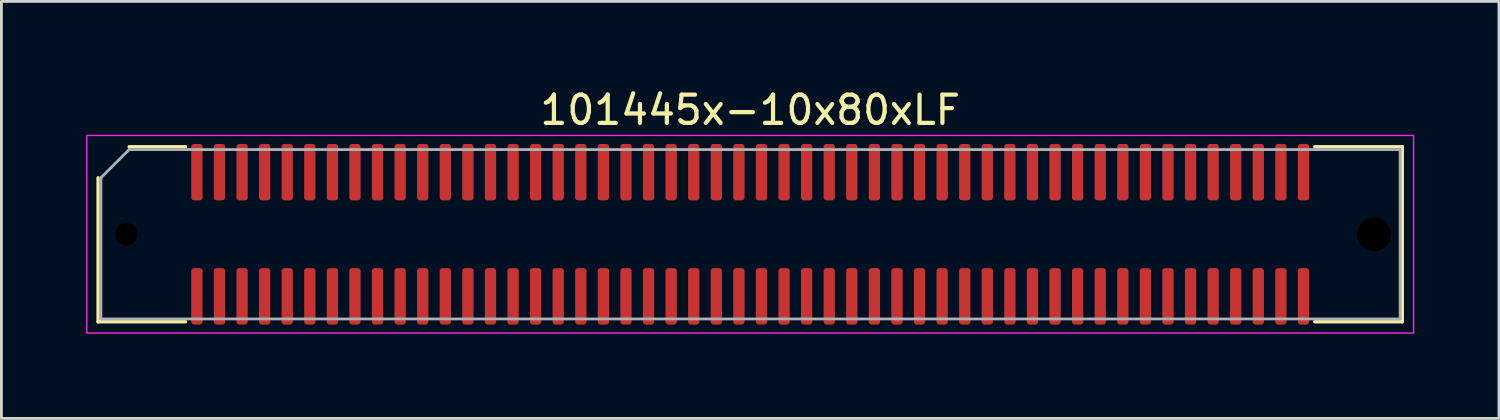
<source format=kicad_pcb>
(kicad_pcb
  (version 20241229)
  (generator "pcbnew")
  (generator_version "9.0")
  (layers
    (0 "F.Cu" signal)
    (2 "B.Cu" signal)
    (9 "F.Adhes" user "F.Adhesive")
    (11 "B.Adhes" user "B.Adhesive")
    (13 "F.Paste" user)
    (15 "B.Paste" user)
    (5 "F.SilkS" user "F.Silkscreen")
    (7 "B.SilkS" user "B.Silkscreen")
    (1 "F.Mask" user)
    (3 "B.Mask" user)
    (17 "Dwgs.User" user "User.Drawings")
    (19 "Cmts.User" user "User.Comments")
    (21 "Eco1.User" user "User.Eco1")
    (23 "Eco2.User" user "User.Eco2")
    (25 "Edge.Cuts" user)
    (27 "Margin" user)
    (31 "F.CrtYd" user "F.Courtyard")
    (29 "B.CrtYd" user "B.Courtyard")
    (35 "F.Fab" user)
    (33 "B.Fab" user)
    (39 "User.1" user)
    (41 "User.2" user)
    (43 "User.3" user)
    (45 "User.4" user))
  (footprint "101445x-10x80xLF"
    (layer "F.Cu")
    (at 23.525 5.248)
    (property "Reference" "101445x-10x80xLF" (at 0 -4.4 0) (unlocked yes) (layer "F.SilkS") (effects (font (size 1 1) (thickness 0.15))))
    (attr smd)
    (fp_line (start -23.1 3.1) (end -23.1 -2) (stroke (width 0.12) (type default)) (layer "F.SilkS"))
    (fp_line (start -20 -3.1) (end -22 -3.1) (stroke (width 0.12) (type default)) (layer "F.SilkS"))
    (fp_line (start -20 3.1) (end -23.1 3.1) (stroke (width 0.12) (type default)) (layer "F.SilkS"))
    (fp_line (start 23.1 -3.1) (end 20 -3.1) (stroke (width 0.12) (type default)) (layer "F.SilkS"))
    (fp_line (start 23.1 3.1) (end 20 3.1) (stroke (width 0.12) (type default)) (layer "F.SilkS"))
    (fp_line (start 23.1 3.1) (end 23.1 -3.1) (stroke (width 0.12) (type default)) (layer "F.SilkS"))
    (fp_rect (start -23.5 -3.5) (end 23.5 3.5) (stroke (width 0.05) (type default)) (fill no) (layer "F.CrtYd"))
    (fp_line (start -23 -2) (end -22 -3) (stroke (width 0.1) (type default)) (layer "F.Fab"))
    (fp_line (start -23 3) (end -23 -2) (stroke (width 0.1) (type default)) (layer "F.Fab"))
    (fp_line (start -22 -3) (end 23.025 -3) (stroke (width 0.1) (type default)) (layer "F.Fab"))
    (fp_line (start 23.025 -3) (end 23.025 3) (stroke (width 0.1) (type default)) (layer "F.Fab"))
    (fp_line (start 23.025 3) (end -23 3) (stroke (width 0.1) (type default)) (layer "F.Fab"))
    (pad "" np_thru_hole circle (at -22.1 0) (size 0.8 0.8) (drill 0.8) (layers "*.Mask"))
    (pad "" np_thru_hole circle (at 22.1 0) (size 1.2 1.2) (drill 1.2) (layers "*.Mask"))
    (pad "1" smd roundrect (at -19.6 -2.2) (size 0.4 2) (layers "F.Cu" "F.Mask" "F.Paste") (roundrect_rratio 0.25))
    (pad "2" smd roundrect (at -19.6 2.2) (size 0.4 2) (layers "F.Cu" "F.Mask" "F.Paste") (roundrect_rratio 0.25))
    (pad "3" smd roundrect (at -18.8 -2.2) (size 0.4 2) (layers "F.Cu" "F.Mask" "F.Paste") (roundrect_rratio 0.25))
    (pad "4" smd roundrect (at -18.8 2.2) (size 0.4 2) (layers "F.Cu" "F.Mask" "F.Paste") (roundrect_rratio 0.25))
    (pad "5" smd roundrect (at -18 -2.2) (size 0.4 2) (layers "F.Cu" "F.Mask" "F.Paste") (roundrect_rratio 0.25))
    (pad "6" smd roundrect (at -18 2.2) (size 0.4 2) (layers "F.Cu" "F.Mask" "F.Paste") (roundrect_rratio 0.25))
    (pad "7" smd roundrect (at -17.2 -2.2) (size 0.4 2) (layers "F.Cu" "F.Mask" "F.Paste") (roundrect_rratio 0.25))
    (pad "8" smd roundrect (at -17.2 2.2) (size 0.4 2) (layers "F.Cu" "F.Mask" "F.Paste") (roundrect_rratio 0.25))
    (pad "9" smd roundrect (at -16.4 -2.2) (size 0.4 2) (layers "F.Cu" "F.Mask" "F.Paste") (roundrect_rratio 0.25))
    (pad "10" smd roundrect (at -16.4 2.2) (size 0.4 2) (layers "F.Cu" "F.Mask" "F.Paste") (roundrect_rratio 0.25))
    (pad "11" smd roundrect (at -15.6 -2.2) (size 0.4 2) (layers "F.Cu" "F.Mask" "F.Paste") (roundrect_rratio 0.25))
    (pad "12" smd roundrect (at -15.6 2.2) (size 0.4 2) (layers "F.Cu" "F.Mask" "F.Paste") (roundrect_rratio 0.25))
    (pad "13" smd roundrect (at -14.8 -2.2) (size 0.4 2) (layers "F.Cu" "F.Mask" "F.Paste") (roundrect_rratio 0.25))
    (pad "14" smd roundrect (at -14.8 2.2) (size 0.4 2) (layers "F.Cu" "F.Mask" "F.Paste") (roundrect_rratio 0.25))
    (pad "15" smd roundrect (at -14 -2.2) (size 0.4 2) (layers "F.Cu" "F.Mask" "F.Paste") (roundrect_rratio 0.25))
    (pad "16" smd roundrect (at -14 2.2) (size 0.4 2) (layers "F.Cu" "F.Mask" "F.Paste") (roundrect_rratio 0.25))
    (pad "17" smd roundrect (at -13.2 -2.2) (size 0.4 2) (layers "F.Cu" "F.Mask" "F.Paste") (roundrect_rratio 0.25))
    (pad "18" smd roundrect (at -13.2 2.2) (size 0.4 2) (layers "F.Cu" "F.Mask" "F.Paste") (roundrect_rratio 0.25))
    (pad "19" smd roundrect (at -12.4 -2.2) (size 0.4 2) (layers "F.Cu" "F.Mask" "F.Paste") (roundrect_rratio 0.25))
    (pad "20" smd roundrect (at -12.4 2.2) (size 0.4 2) (layers "F.Cu" "F.Mask" "F.Paste") (roundrect_rratio 0.25))
    (pad "21" smd roundrect (at -11.6 -2.2) (size 0.4 2) (layers "F.Cu" "F.Mask" "F.Paste") (roundrect_rratio 0.25))
    (pad "22" smd roundrect (at -11.6 2.2) (size 0.4 2) (layers "F.Cu" "F.Mask" "F.Paste") (roundrect_rratio 0.25))
    (pad "23" smd roundrect (at -10.8 -2.2) (size 0.4 2) (layers "F.Cu" "F.Mask" "F.Paste") (roundrect_rratio 0.25))
    (pad "24" smd roundrect (at -10.8 2.2) (size 0.4 2) (layers "F.Cu" "F.Mask" "F.Paste") (roundrect_rratio 0.25))
    (pad "25" smd roundrect (at -10 -2.2) (size 0.4 2) (layers "F.Cu" "F.Mask" "F.Paste") (roundrect_rratio 0.25))
    (pad "26" smd roundrect (at -10 2.2) (size 0.4 2) (layers "F.Cu" "F.Mask" "F.Paste") (roundrect_rratio 0.25))
    (pad "27" smd roundrect (at -9.2 -2.2) (size 0.4 2) (layers "F.Cu" "F.Mask" "F.Paste") (roundrect_rratio 0.25))
    (pad "28" smd roundrect (at -9.2 2.2) (size 0.4 2) (layers "F.Cu" "F.Mask" "F.Paste") (roundrect_rratio 0.25))
    (pad "29" smd roundrect (at -8.4 -2.2) (size 0.4 2) (layers "F.Cu" "F.Mask" "F.Paste") (roundrect_rratio 0.25))
    (pad "30" smd roundrect (at -8.4 2.2) (size 0.4 2) (layers "F.Cu" "F.Mask" "F.Paste") (roundrect_rratio 0.25))
    (pad "31" smd roundrect (at -7.6 -2.2) (size 0.4 2) (layers "F.Cu" "F.Mask" "F.Paste") (roundrect_rratio 0.25))
    (pad "32" smd roundrect (at -7.6 2.2) (size 0.4 2) (layers "F.Cu" "F.Mask" "F.Paste") (roundrect_rratio 0.25))
    (pad "33" smd roundrect (at -6.8 -2.2) (size 0.4 2) (layers "F.Cu" "F.Mask" "F.Paste") (roundrect_rratio 0.25))
    (pad "34" smd roundrect (at -6.8 2.2) (size 0.4 2) (layers "F.Cu" "F.Mask" "F.Paste") (roundrect_rratio 0.25))
    (pad "35" smd roundrect (at -6 -2.2) (size 0.4 2) (layers "F.Cu" "F.Mask" "F.Paste") (roundrect_rratio 0.25))
    (pad "36" smd roundrect (at -6 2.2) (size 0.4 2) (layers "F.Cu" "F.Mask" "F.Paste") (roundrect_rratio 0.25))
    (pad "37" smd roundrect (at -5.2 -2.2) (size 0.4 2) (layers "F.Cu" "F.Mask" "F.Paste") (roundrect_rratio 0.25))
    (pad "38" smd roundrect (at -5.2 2.2) (size 0.4 2) (layers "F.Cu" "F.Mask" "F.Paste") (roundrect_rratio 0.25))
    (pad "39" smd roundrect (at -4.4 -2.2) (size 0.4 2) (layers "F.Cu" "F.Mask" "F.Paste") (roundrect_rratio 0.25))
    (pad "40" smd roundrect (at -4.4 2.2) (size 0.4 2) (layers "F.Cu" "F.Mask" "F.Paste") (roundrect_rratio 0.25))
    (pad "41" smd roundrect (at -3.6 -2.2) (size 0.4 2) (layers "F.Cu" "F.Mask" "F.Paste") (roundrect_rratio 0.25))
    (pad "42" smd roundrect (at -3.6 2.2) (size 0.4 2) (layers "F.Cu" "F.Mask" "F.Paste") (roundrect_rratio 0.25))
    (pad "43" smd roundrect (at -2.8 -2.2) (size 0.4 2) (layers "F.Cu" "F.Mask" "F.Paste") (roundrect_rratio 0.25))
    (pad "44" smd roundrect (at -2.8 2.2) (size 0.4 2) (layers "F.Cu" "F.Mask" "F.Paste") (roundrect_rratio 0.25))
    (pad "45" smd roundrect (at -2 -2.2) (size 0.4 2) (layers "F.Cu" "F.Mask" "F.Paste") (roundrect_rratio 0.25))
    (pad "46" smd roundrect (at -2 2.2) (size 0.4 2) (layers "F.Cu" "F.Mask" "F.Paste") (roundrect_rratio 0.25))
    (pad "47" smd roundrect (at -1.2 -2.2) (size 0.4 2) (layers "F.Cu" "F.Mask" "F.Paste") (roundrect_rratio 0.25))
    (pad "48" smd roundrect (at -1.2 2.2) (size 0.4 2) (layers "F.Cu" "F.Mask" "F.Paste") (roundrect_rratio 0.25))
    (pad "49" smd roundrect (at -0.4 -2.2) (size 0.4 2) (layers "F.Cu" "F.Mask" "F.Paste") (roundrect_rratio 0.25))
    (pad "50" smd roundrect (at -0.4 2.2) (size 0.4 2) (layers "F.Cu" "F.Mask" "F.Paste") (roundrect_rratio 0.25))
    (pad "51" smd roundrect (at 0.4 -2.2) (size 0.4 2) (layers "F.Cu" "F.Mask" "F.Paste") (roundrect_rratio 0.25))
    (pad "52" smd roundrect (at 0.4 2.2) (size 0.4 2) (layers "F.Cu" "F.Mask" "F.Paste") (roundrect_rratio 0.25))
    (pad "53" smd roundrect (at 1.2 -2.2) (size 0.4 2) (layers "F.Cu" "F.Mask" "F.Paste") (roundrect_rratio 0.25))
    (pad "54" smd roundrect (at 1.2 2.2) (size 0.4 2) (layers "F.Cu" "F.Mask" "F.Paste") (roundrect_rratio 0.25))
    (pad "55" smd roundrect (at 2 -2.2) (size 0.4 2) (layers "F.Cu" "F.Mask" "F.Paste") (roundrect_rratio 0.25))
    (pad "56" smd roundrect (at 2 2.2) (size 0.4 2) (layers "F.Cu" "F.Mask" "F.Paste") (roundrect_rratio 0.25))
    (pad "57" smd roundrect (at 2.8 -2.2) (size 0.4 2) (layers "F.Cu" "F.Mask" "F.Paste") (roundrect_rratio 0.25))
    (pad "58" smd roundrect (at 2.8 2.2) (size 0.4 2) (layers "F.Cu" "F.Mask" "F.Paste") (roundrect_rratio 0.25))
    (pad "59" smd roundrect (at 3.6 -2.2) (size 0.4 2) (layers "F.Cu" "F.Mask" "F.Paste") (roundrect_rratio 0.25))
    (pad "60" smd roundrect (at 3.6 2.2) (size 0.4 2) (layers "F.Cu" "F.Mask" "F.Paste") (roundrect_rratio 0.25))
    (pad "61" smd roundrect (at 4.4 -2.2) (size 0.4 2) (layers "F.Cu" "F.Mask" "F.Paste") (roundrect_rratio 0.25))
    (pad "62" smd roundrect (at 4.4 2.2) (size 0.4 2) (layers "F.Cu" "F.Mask" "F.Paste") (roundrect_rratio 0.25))
    (pad "63" smd roundrect (at 5.2 -2.2) (size 0.4 2) (layers "F.Cu" "F.Mask" "F.Paste") (roundrect_rratio 0.25))
    (pad "64" smd roundrect (at 5.2 2.2) (size 0.4 2) (layers "F.Cu" "F.Mask" "F.Paste") (roundrect_rratio 0.25))
    (pad "65" smd roundrect (at 6 -2.2) (size 0.4 2) (layers "F.Cu" "F.Mask" "F.Paste") (roundrect_rratio 0.25))
    (pad "66" smd roundrect (at 6 2.2) (size 0.4 2) (layers "F.Cu" "F.Mask" "F.Paste") (roundrect_rratio 0.25))
    (pad "67" smd roundrect (at 6.8 -2.2) (size 0.4 2) (layers "F.Cu" "F.Mask" "F.Paste") (roundrect_rratio 0.25))
    (pad "68" smd roundrect (at 6.8 2.2) (size 0.4 2) (layers "F.Cu" "F.Mask" "F.Paste") (roundrect_rratio 0.25))
    (pad "69" smd roundrect (at 7.6 -2.2) (size 0.4 2) (layers "F.Cu" "F.Mask" "F.Paste") (roundrect_rratio 0.25))
    (pad "70" smd roundrect (at 7.6 2.2) (size 0.4 2) (layers "F.Cu" "F.Mask" "F.Paste") (roundrect_rratio 0.25))
    (pad "71" smd roundrect (at 8.4 -2.2) (size 0.4 2) (layers "F.Cu" "F.Mask" "F.Paste") (roundrect_rratio 0.25))
    (pad "72" smd roundrect (at 8.4 2.2) (size 0.4 2) (layers "F.Cu" "F.Mask" "F.Paste") (roundrect_rratio 0.25))
    (pad "73" smd roundrect (at 9.2 -2.2) (size 0.4 2) (layers "F.Cu" "F.Mask" "F.Paste") (roundrect_rratio 0.25))
    (pad "74" smd roundrect (at 9.2 2.2) (size 0.4 2) (layers "F.Cu" "F.Mask" "F.Paste") (roundrect_rratio 0.25))
    (pad "75" smd roundrect (at 10 -2.2) (size 0.4 2) (layers "F.Cu" "F.Mask" "F.Paste") (roundrect_rratio 0.25))
    (pad "76" smd roundrect (at 10 2.2) (size 0.4 2) (layers "F.Cu" "F.Mask" "F.Paste") (roundrect_rratio 0.25))
    (pad "77" smd roundrect (at 10.8 -2.2) (size 0.4 2) (layers "F.Cu" "F.Mask" "F.Paste") (roundrect_rratio 0.25))
    (pad "78" smd roundrect (at 10.8 2.2) (size 0.4 2) (layers "F.Cu" "F.Mask" "F.Paste") (roundrect_rratio 0.25))
    (pad "79" smd roundrect (at 11.6 -2.2) (size 0.4 2) (layers "F.Cu" "F.Mask" "F.Paste") (roundrect_rratio 0.25))
    (pad "80" smd roundrect (at 11.6 2.2) (size 0.4 2) (layers "F.Cu" "F.Mask" "F.Paste") (roundrect_rratio 0.25))
    (pad "81" smd roundrect (at 12.4 -2.2) (size 0.4 2) (layers "F.Cu" "F.Mask" "F.Paste") (roundrect_rratio 0.25))
    (pad "82" smd roundrect (at 12.4 2.2) (size 0.4 2) (layers "F.Cu" "F.Mask" "F.Paste") (roundrect_rratio 0.25))
    (pad "83" smd roundrect (at 13.2 -2.2) (size 0.4 2) (layers "F.Cu" "F.Mask" "F.Paste") (roundrect_rratio 0.25))
    (pad "84" smd roundrect (at 13.2 2.2) (size 0.4 2) (layers "F.Cu" "F.Mask" "F.Paste") (roundrect_rratio 0.25))
    (pad "85" smd roundrect (at 14 -2.2) (size 0.4 2) (layers "F.Cu" "F.Mask" "F.Paste") (roundrect_rratio 0.25))
    (pad "86" smd roundrect (at 14 2.2) (size 0.4 2) (layers "F.Cu" "F.Mask" "F.Paste") (roundrect_rratio 0.25))
    (pad "87" smd roundrect (at 14.8 -2.2) (size 0.4 2) (layers "F.Cu" "F.Mask" "F.Paste") (roundrect_rratio 0.25))
    (pad "88" smd roundrect (at 14.8 2.2) (size 0.4 2) (layers "F.Cu" "F.Mask" "F.Paste") (roundrect_rratio 0.25))
    (pad "89" smd roundrect (at 15.6 -2.2) (size 0.4 2) (layers "F.Cu" "F.Mask" "F.Paste") (roundrect_rratio 0.25))
    (pad "90" smd roundrect (at 15.6 2.2) (size 0.4 2) (layers "F.Cu" "F.Mask" "F.Paste") (roundrect_rratio 0.25))
    (pad "91" smd roundrect (at 16.4 -2.2) (size 0.4 2) (layers "F.Cu" "F.Mask" "F.Paste") (roundrect_rratio 0.25))
    (pad "92" smd roundrect (at 16.4 2.2) (size 0.4 2) (layers "F.Cu" "F.Mask" "F.Paste") (roundrect_rratio 0.25))
    (pad "93" smd roundrect (at 17.2 -2.2) (size 0.4 2) (layers "F.Cu" "F.Mask" "F.Paste") (roundrect_rratio 0.25))
    (pad "94" smd roundrect (at 17.2 2.2) (size 0.4 2) (layers "F.Cu" "F.Mask" "F.Paste") (roundrect_rratio 0.25))
    (pad "95" smd roundrect (at 18 -2.2) (size 0.4 2) (layers "F.Cu" "F.Mask" "F.Paste") (roundrect_rratio 0.25))
    (pad "96" smd roundrect (at 18 2.2) (size 0.4 2) (layers "F.Cu" "F.Mask" "F.Paste") (roundrect_rratio 0.25))
    (pad "97" smd roundrect (at 18.8 -2.2) (size 0.4 2) (layers "F.Cu" "F.Mask" "F.Paste") (roundrect_rratio 0.25))
    (pad "98" smd roundrect (at 18.8 2.2) (size 0.4 2) (layers "F.Cu" "F.Mask" "F.Paste") (roundrect_rratio 0.25))
    (pad "99" smd roundrect (at 19.6 -2.2) (size 0.4 2) (layers "F.Cu" "F.Mask" "F.Paste") (roundrect_rratio 0.25))
    (pad "100" smd roundrect (at 19.6 2.2) (size 0.4 2) (layers "F.Cu" "F.Mask" "F.Paste") (roundrect_rratio 0.25)))
  (gr_rect
    (start -3 -3)
    (end 50.05 11.773)
    (stroke (width 0.1) (type default))
    (fill no)
    (layer "Edge.Cuts")))
</source>
